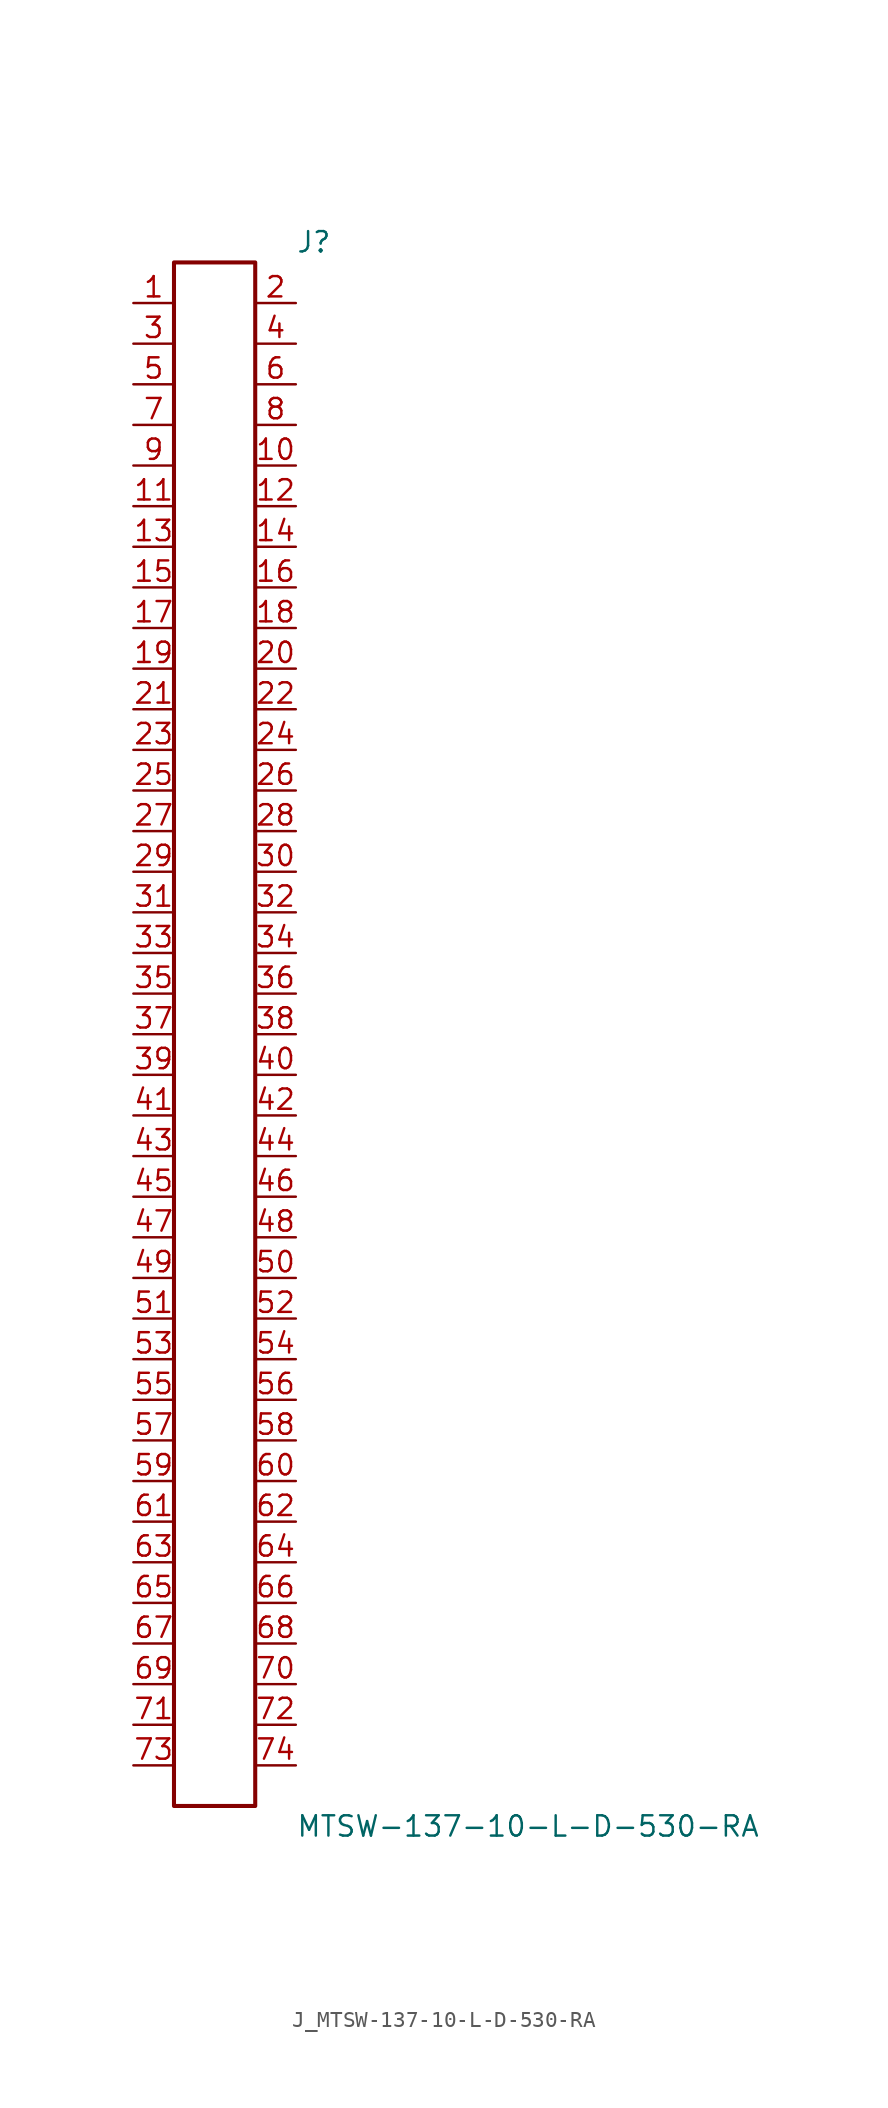
<source format=kicad_sym>
(kicad_symbol_lib
  (version 20231120)
  (generator kicad_symbol_editor)
  (generator_version 8.0)
  (symbol "J_MTSW-137-10-L-D-530-RA"
    (pin_names
      (offset 0.254))
    (property "Reference" "J"
      (at 5.08 49.53 0)
      (effects (font (size 1.27 1.27)) (justify left)))
    (property "Value" "MTSW-137-10-L-D-530-RA"
      (at 5.08 -49.53 0)
      (effects (font (size 1.27 1.27)) (justify left)))
    (symbol "J_MTSW-137-10-L-D-530-RA_0_0"
      (pin passive line (at -5.08 45.72 0) (length 2.54) (name "" (effects (font (size 1.27 1.27)))) (number "1" (effects (font (size 1.27 1.27)))))
      (pin passive line (at 5.08 45.72 180) (length 2.54) (name "" (effects (font (size 1.27 1.27)))) (number "2" (effects (font (size 1.27 1.27)))))
      (pin passive line (at -5.08 43.18 0) (length 2.54) (name "" (effects (font (size 1.27 1.27)))) (number "3" (effects (font (size 1.27 1.27)))))
      (pin passive line (at 5.08 43.18 180) (length 2.54) (name "" (effects (font (size 1.27 1.27)))) (number "4" (effects (font (size 1.27 1.27)))))
      (pin passive line (at -5.08 40.64 0) (length 2.54) (name "" (effects (font (size 1.27 1.27)))) (number "5" (effects (font (size 1.27 1.27)))))
      (pin passive line (at 5.08 40.64 180) (length 2.54) (name "" (effects (font (size 1.27 1.27)))) (number "6" (effects (font (size 1.27 1.27)))))
      (pin passive line (at -5.08 38.1 0) (length 2.54) (name "" (effects (font (size 1.27 1.27)))) (number "7" (effects (font (size 1.27 1.27)))))
      (pin passive line (at 5.08 38.1 180) (length 2.54) (name "" (effects (font (size 1.27 1.27)))) (number "8" (effects (font (size 1.27 1.27)))))
      (pin passive line (at -5.08 35.56 0) (length 2.54) (name "" (effects (font (size 1.27 1.27)))) (number "9" (effects (font (size 1.27 1.27)))))
      (pin passive line (at 5.08 35.56 180) (length 2.54) (name "" (effects (font (size 1.27 1.27)))) (number "10" (effects (font (size 1.27 1.27)))))
      (pin passive line (at -5.08 33.02 0) (length 2.54) (name "" (effects (font (size 1.27 1.27)))) (number "11" (effects (font (size 1.27 1.27)))))
      (pin passive line (at 5.08 33.02 180) (length 2.54) (name "" (effects (font (size 1.27 1.27)))) (number "12" (effects (font (size 1.27 1.27)))))
      (pin passive line (at -5.08 30.48 0) (length 2.54) (name "" (effects (font (size 1.27 1.27)))) (number "13" (effects (font (size 1.27 1.27)))))
      (pin passive line (at 5.08 30.48 180) (length 2.54) (name "" (effects (font (size 1.27 1.27)))) (number "14" (effects (font (size 1.27 1.27)))))
      (pin passive line (at -5.08 27.94 0) (length 2.54) (name "" (effects (font (size 1.27 1.27)))) (number "15" (effects (font (size 1.27 1.27)))))
      (pin passive line (at 5.08 27.94 180) (length 2.54) (name "" (effects (font (size 1.27 1.27)))) (number "16" (effects (font (size 1.27 1.27)))))
      (pin passive line (at -5.08 25.4 0) (length 2.54) (name "" (effects (font (size 1.27 1.27)))) (number "17" (effects (font (size 1.27 1.27)))))
      (pin passive line (at 5.08 25.4 180) (length 2.54) (name "" (effects (font (size 1.27 1.27)))) (number "18" (effects (font (size 1.27 1.27)))))
      (pin passive line (at -5.08 22.86 0) (length 2.54) (name "" (effects (font (size 1.27 1.27)))) (number "19" (effects (font (size 1.27 1.27)))))
      (pin passive line (at 5.08 22.86 180) (length 2.54) (name "" (effects (font (size 1.27 1.27)))) (number "20" (effects (font (size 1.27 1.27)))))
      (pin passive line (at -5.08 20.32 0) (length 2.54) (name "" (effects (font (size 1.27 1.27)))) (number "21" (effects (font (size 1.27 1.27)))))
      (pin passive line (at 5.08 20.32 180) (length 2.54) (name "" (effects (font (size 1.27 1.27)))) (number "22" (effects (font (size 1.27 1.27)))))
      (pin passive line (at -5.08 17.78 0) (length 2.54) (name "" (effects (font (size 1.27 1.27)))) (number "23" (effects (font (size 1.27 1.27)))))
      (pin passive line (at 5.08 17.78 180) (length 2.54) (name "" (effects (font (size 1.27 1.27)))) (number "24" (effects (font (size 1.27 1.27)))))
      (pin passive line (at -5.08 15.24 0) (length 2.54) (name "" (effects (font (size 1.27 1.27)))) (number "25" (effects (font (size 1.27 1.27)))))
      (pin passive line (at 5.08 15.24 180) (length 2.54) (name "" (effects (font (size 1.27 1.27)))) (number "26" (effects (font (size 1.27 1.27)))))
      (pin passive line (at -5.08 12.7 0) (length 2.54) (name "" (effects (font (size 1.27 1.27)))) (number "27" (effects (font (size 1.27 1.27)))))
      (pin passive line (at 5.08 12.7 180) (length 2.54) (name "" (effects (font (size 1.27 1.27)))) (number "28" (effects (font (size 1.27 1.27)))))
      (pin passive line (at -5.08 10.16 0) (length 2.54) (name "" (effects (font (size 1.27 1.27)))) (number "29" (effects (font (size 1.27 1.27)))))
      (pin passive line (at 5.08 10.16 180) (length 2.54) (name "" (effects (font (size 1.27 1.27)))) (number "30" (effects (font (size 1.27 1.27)))))
      (pin passive line (at -5.08 7.62 0) (length 2.54) (name "" (effects (font (size 1.27 1.27)))) (number "31" (effects (font (size 1.27 1.27)))))
      (pin passive line (at 5.08 7.62 180) (length 2.54) (name "" (effects (font (size 1.27 1.27)))) (number "32" (effects (font (size 1.27 1.27)))))
      (pin passive line (at -5.08 5.08 0) (length 2.54) (name "" (effects (font (size 1.27 1.27)))) (number "33" (effects (font (size 1.27 1.27)))))
      (pin passive line (at 5.08 5.08 180) (length 2.54) (name "" (effects (font (size 1.27 1.27)))) (number "34" (effects (font (size 1.27 1.27)))))
      (pin passive line (at -5.08 2.54 0) (length 2.54) (name "" (effects (font (size 1.27 1.27)))) (number "35" (effects (font (size 1.27 1.27)))))
      (pin passive line (at 5.08 2.54 180) (length 2.54) (name "" (effects (font (size 1.27 1.27)))) (number "36" (effects (font (size 1.27 1.27)))))
      (pin passive line (at -5.08 0.0 0) (length 2.54) (name "" (effects (font (size 1.27 1.27)))) (number "37" (effects (font (size 1.27 1.27)))))
      (pin passive line (at 5.08 0.0 180) (length 2.54) (name "" (effects (font (size 1.27 1.27)))) (number "38" (effects (font (size 1.27 1.27)))))
      (pin passive line (at -5.08 -2.54 0) (length 2.54) (name "" (effects (font (size 1.27 1.27)))) (number "39" (effects (font (size 1.27 1.27)))))
      (pin passive line (at 5.08 -2.54 180) (length 2.54) (name "" (effects (font (size 1.27 1.27)))) (number "40" (effects (font (size 1.27 1.27)))))
      (pin passive line (at -5.08 -5.08 0) (length 2.54) (name "" (effects (font (size 1.27 1.27)))) (number "41" (effects (font (size 1.27 1.27)))))
      (pin passive line (at 5.08 -5.08 180) (length 2.54) (name "" (effects (font (size 1.27 1.27)))) (number "42" (effects (font (size 1.27 1.27)))))
      (pin passive line (at -5.08 -7.62 0) (length 2.54) (name "" (effects (font (size 1.27 1.27)))) (number "43" (effects (font (size 1.27 1.27)))))
      (pin passive line (at 5.08 -7.62 180) (length 2.54) (name "" (effects (font (size 1.27 1.27)))) (number "44" (effects (font (size 1.27 1.27)))))
      (pin passive line (at -5.08 -10.16 0) (length 2.54) (name "" (effects (font (size 1.27 1.27)))) (number "45" (effects (font (size 1.27 1.27)))))
      (pin passive line (at 5.08 -10.16 180) (length 2.54) (name "" (effects (font (size 1.27 1.27)))) (number "46" (effects (font (size 1.27 1.27)))))
      (pin passive line (at -5.08 -12.7 0) (length 2.54) (name "" (effects (font (size 1.27 1.27)))) (number "47" (effects (font (size 1.27 1.27)))))
      (pin passive line (at 5.08 -12.7 180) (length 2.54) (name "" (effects (font (size 1.27 1.27)))) (number "48" (effects (font (size 1.27 1.27)))))
      (pin passive line (at -5.08 -15.24 0) (length 2.54) (name "" (effects (font (size 1.27 1.27)))) (number "49" (effects (font (size 1.27 1.27)))))
      (pin passive line (at 5.08 -15.24 180) (length 2.54) (name "" (effects (font (size 1.27 1.27)))) (number "50" (effects (font (size 1.27 1.27)))))
      (pin passive line (at -5.08 -17.78 0) (length 2.54) (name "" (effects (font (size 1.27 1.27)))) (number "51" (effects (font (size 1.27 1.27)))))
      (pin passive line (at 5.08 -17.78 180) (length 2.54) (name "" (effects (font (size 1.27 1.27)))) (number "52" (effects (font (size 1.27 1.27)))))
      (pin passive line (at -5.08 -20.32 0) (length 2.54) (name "" (effects (font (size 1.27 1.27)))) (number "53" (effects (font (size 1.27 1.27)))))
      (pin passive line (at 5.08 -20.32 180) (length 2.54) (name "" (effects (font (size 1.27 1.27)))) (number "54" (effects (font (size 1.27 1.27)))))
      (pin passive line (at -5.08 -22.86 0) (length 2.54) (name "" (effects (font (size 1.27 1.27)))) (number "55" (effects (font (size 1.27 1.27)))))
      (pin passive line (at 5.08 -22.86 180) (length 2.54) (name "" (effects (font (size 1.27 1.27)))) (number "56" (effects (font (size 1.27 1.27)))))
      (pin passive line (at -5.08 -25.4 0) (length 2.54) (name "" (effects (font (size 1.27 1.27)))) (number "57" (effects (font (size 1.27 1.27)))))
      (pin passive line (at 5.08 -25.4 180) (length 2.54) (name "" (effects (font (size 1.27 1.27)))) (number "58" (effects (font (size 1.27 1.27)))))
      (pin passive line (at -5.08 -27.94 0) (length 2.54) (name "" (effects (font (size 1.27 1.27)))) (number "59" (effects (font (size 1.27 1.27)))))
      (pin passive line (at 5.08 -27.94 180) (length 2.54) (name "" (effects (font (size 1.27 1.27)))) (number "60" (effects (font (size 1.27 1.27)))))
      (pin passive line (at -5.08 -30.48 0) (length 2.54) (name "" (effects (font (size 1.27 1.27)))) (number "61" (effects (font (size 1.27 1.27)))))
      (pin passive line (at 5.08 -30.48 180) (length 2.54) (name "" (effects (font (size 1.27 1.27)))) (number "62" (effects (font (size 1.27 1.27)))))
      (pin passive line (at -5.08 -33.02 0) (length 2.54) (name "" (effects (font (size 1.27 1.27)))) (number "63" (effects (font (size 1.27 1.27)))))
      (pin passive line (at 5.08 -33.02 180) (length 2.54) (name "" (effects (font (size 1.27 1.27)))) (number "64" (effects (font (size 1.27 1.27)))))
      (pin passive line (at -5.08 -35.56 0) (length 2.54) (name "" (effects (font (size 1.27 1.27)))) (number "65" (effects (font (size 1.27 1.27)))))
      (pin passive line (at 5.08 -35.56 180) (length 2.54) (name "" (effects (font (size 1.27 1.27)))) (number "66" (effects (font (size 1.27 1.27)))))
      (pin passive line (at -5.08 -38.1 0) (length 2.54) (name "" (effects (font (size 1.27 1.27)))) (number "67" (effects (font (size 1.27 1.27)))))
      (pin passive line (at 5.08 -38.1 180) (length 2.54) (name "" (effects (font (size 1.27 1.27)))) (number "68" (effects (font (size 1.27 1.27)))))
      (pin passive line (at -5.08 -40.64 0) (length 2.54) (name "" (effects (font (size 1.27 1.27)))) (number "69" (effects (font (size 1.27 1.27)))))
      (pin passive line (at 5.08 -40.64 180) (length 2.54) (name "" (effects (font (size 1.27 1.27)))) (number "70" (effects (font (size 1.27 1.27)))))
      (pin passive line (at -5.08 -43.18 0) (length 2.54) (name "" (effects (font (size 1.27 1.27)))) (number "71" (effects (font (size 1.27 1.27)))))
      (pin passive line (at 5.08 -43.18 180) (length 2.54) (name "" (effects (font (size 1.27 1.27)))) (number "72" (effects (font (size 1.27 1.27)))))
      (pin passive line (at -5.08 -45.72 0) (length 2.54) (name "" (effects (font (size 1.27 1.27)))) (number "73" (effects (font (size 1.27 1.27)))))
      (pin passive line (at 5.08 -45.72 180) (length 2.54) (name "" (effects (font (size 1.27 1.27)))) (number "74" (effects (font (size 1.27 1.27))))))
    (symbol "J_MTSW-137-10-L-D-530-RA_1_0"
      (rectangle (start -2.54 48.26) (end 2.54 -48.26) (stroke (width 0.254) (type solid)) (fill (type none))))))
</source>
